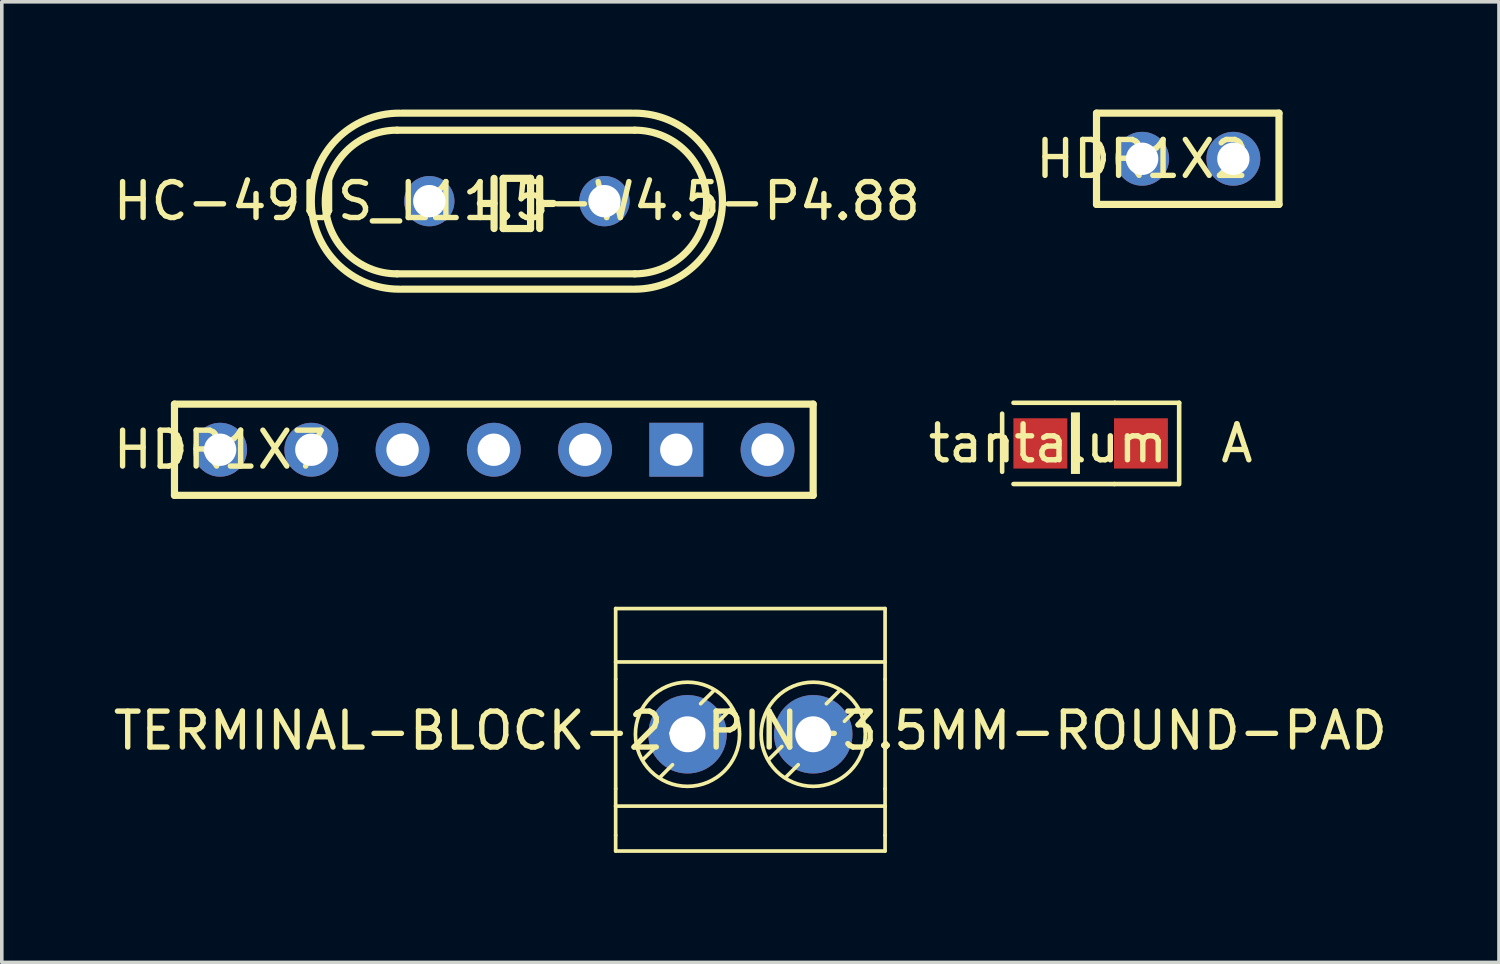
<source format=kicad_pcb>
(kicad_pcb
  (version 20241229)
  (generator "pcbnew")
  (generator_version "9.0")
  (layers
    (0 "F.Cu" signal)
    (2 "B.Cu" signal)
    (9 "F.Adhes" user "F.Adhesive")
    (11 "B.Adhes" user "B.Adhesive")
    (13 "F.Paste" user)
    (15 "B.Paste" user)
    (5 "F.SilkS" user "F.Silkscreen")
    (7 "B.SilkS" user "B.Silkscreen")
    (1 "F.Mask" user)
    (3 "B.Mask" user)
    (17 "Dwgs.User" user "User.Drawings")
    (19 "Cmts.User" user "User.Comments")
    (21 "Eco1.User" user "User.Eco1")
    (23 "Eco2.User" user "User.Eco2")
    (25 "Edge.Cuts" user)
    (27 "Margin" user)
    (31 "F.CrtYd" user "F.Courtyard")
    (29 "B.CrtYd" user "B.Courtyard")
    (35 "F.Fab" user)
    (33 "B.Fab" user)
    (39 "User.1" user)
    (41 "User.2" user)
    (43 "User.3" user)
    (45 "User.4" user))
  (footprint "HC-49US_L11.5-W4.5-P4.88"
    (layer "F.Cu")
    (at 11.339 2.55)
    (property "Reference" "HC-49US_L11.5-W4.5-P4.88" (at 0 0 0) (layer "F.SilkS") (effects (font (size 1 1) (thickness 0.15))))
    (fp_line (start -0.635 -0.635) (end -0.635 0.762) (stroke (width 0.2) (type default)) (layer "F.SilkS"))
    (fp_line (start -0.635 0.064) (end -1.016 0.064) (stroke (width 0.2) (type default)) (layer "F.SilkS"))
    (fp_line (start -0.381 -0.635) (end -0.381 0.762) (stroke (width 0.2) (type default)) (layer "F.SilkS"))
    (fp_line (start 0.381 -0.635) (end -0.381 -0.635) (stroke (width 0.2) (type default)) (layer "F.SilkS"))
    (fp_line (start 0.381 -0.635) (end 0.381 0.762) (stroke (width 0.2) (type default)) (layer "F.SilkS"))
    (fp_line (start 0.381 0.762) (end -0.381 0.762) (stroke (width 0.2) (type default)) (layer "F.SilkS"))
    (fp_line (start 0.635 -0.635) (end 0.635 0.762) (stroke (width 0.2) (type default)) (layer "F.SilkS"))
    (fp_line (start 1.016 0.064) (end 0.635 0.064) (stroke (width 0.2) (type default)) (layer "F.SilkS"))
    (fp_line (start 3.2 -2.45) (end -3.2 -2.45) (stroke (width 0.2) (type default)) (layer "F.SilkS"))
    (fp_line (start 3.2 2.45) (end -3.2 2.45) (stroke (width 0.2) (type default)) (layer "F.SilkS"))
    (fp_line (start 3.281 -1.976) (end -3.334 -1.976) (stroke (width 0.2) (type default)) (layer "F.SilkS"))
    (fp_line (start 3.281 2.023) (end -3.334 2.023) (stroke (width 0.2) (type default)) (layer "F.SilkS"))
    (fp_arc (start -3.334 2.0235) (mid -5.334 0.0235) (end -3.334 -1.9765) (stroke (width 0.2) (type default)) (layer "F.SilkS"))
    (fp_arc (start -3.273 2.45) (mid -5.723 0) (end -3.273 -2.45) (stroke (width 0.2) (type default)) (layer "F.SilkS"))
    (fp_arc (start 3.273 -2.45) (mid 5.723 0) (end 3.273 2.45) (stroke (width 0.2) (type default)) (layer "F.SilkS"))
    (fp_arc (start 3.2815 -1.9765) (mid 5.2815 0.0235) (end 3.2815 2.0235) (stroke (width 0.2) (type default)) (layer "F.SilkS"))
    (fp_poly (pts (xy -6.6 2.35) (xy 6.6 2.35) (xy 6.6 -2.35) (xy -6.6 -2.35)) (stroke (width 0.1) (type default)) (fill no) (layer "Eco2.User"))
    (pad "1" thru_hole circle (at -2.438 0) (size 1.4 1.4) (drill 0.9) (layers "*.Cu" "*.Mask"))
    (pad "2" thru_hole circle (at 2.438 0) (size 1.4 1.4) (drill 0.9) (layers "*.Cu" "*.Mask")))
  (footprint "HDR1X2"
    (layer "F.Cu")
    (at 28.756 1.377)
    (property "Reference" "HDR1X2" (at 0 0 0) (layer "F.SilkS") (effects (font (size 1 1) (thickness 0.15))))
    (fp_line (start -1.281 -1.277) (end -1.281 1.263) (stroke (width 0.2) (type default)) (layer "F.SilkS"))
    (fp_line (start -1.281 -1.277) (end 3.799 -1.277) (stroke (width 0.2) (type default)) (layer "F.SilkS"))
    (fp_line (start -1.281 1.263) (end 3.799 1.263) (stroke (width 0.2) (type default)) (layer "F.SilkS"))
    (fp_line (start 3.799 -1.277) (end 3.799 1.263) (stroke (width 0.2) (type default)) (layer "F.SilkS"))
    (pad "1" thru_hole circle (at -0.011 -0.007) (size 1.5 1.5) (drill 0.9) (layers "*.Cu" "*.Mask"))
    (pad "2" thru_hole circle (at 2.529 -0.007) (size 1.5 1.5) (drill 0.9) (layers "*.Cu" "*.Mask")))
  (footprint "tantalum  A"
    (layer "F.Cu")
    (at 27.312 9.294)
    (property "Reference" "tantalum  A" (at 0 0 0) (layer "F.SilkS") (effects (font (size 1 1) (thickness 0.15))))
    (fp_line (start -2.464 0.79) (end -2.464 -0.828) (stroke (width 0.127) (type default)) (layer "F.SilkS"))
    (fp_line (start 0.66 1.131) (end -2.148 1.131) (stroke (width 0.127) (type default)) (layer "F.SilkS"))
    (fp_line (start 0.673 -1.131) (end -2.148 -1.131) (stroke (width 0.127) (type default)) (layer "F.SilkS"))
    (fp_line (start 2.451 1.131) (end 0.66 1.131) (stroke (width 0.127) (type default)) (layer "F.SilkS"))
    (fp_line (start 2.464 -1.131) (end 0.673 -1.131) (stroke (width 0.127) (type default)) (layer "F.SilkS"))
    (fp_line (start 2.464 1.131) (end 2.464 -1.131) (stroke (width 0.127) (type default)) (layer "F.SilkS"))
    (fp_poly (pts (xy -0.549 -0.864) (xy -0.298 -0.864) (xy -0.298 0.85) (xy -0.549 0.85)) (stroke (width 0) (type default)) (fill yes) (layer "F.SilkS"))
    (fp_poly (pts (xy -1.69 -0.81) (xy -1.69 0.79) (xy 1.77 0.79) (xy 1.77 -0.81)) (stroke (width 0.1) (type default)) (fill no) (layer "Eco2.User"))
    (pad "1" smd rect (at -1.4 0 180) (size 1.5 1.4) (layers "F.Cu" "F.Mask" "F.Paste"))
    (pad "2" smd rect (at 1.4 0 180) (size 1.5 1.4) (layers "F.Cu" "F.Mask" "F.Paste")))
  (footprint "TERMINAL-BLOCK-2-PIN-3.5MM-ROUND-PAD"
    (layer "F.Cu")
    (at 17.839 17.291)
    (property "Reference" "TERMINAL-BLOCK-2-PIN-3.5MM-ROUND-PAD" (at 0 0 0) (layer "F.SilkS") (effects (font (size 1 1) (thickness 0.15))))
    (fp_line (start -3.75 -3.4) (end 3.75 -3.4) (stroke (width 0.102) (type default)) (layer "F.SilkS"))
    (fp_line (start -3.75 -1.913) (end -3.75 -3.4) (stroke (width 0.102) (type default)) (layer "F.SilkS"))
    (fp_line (start -3.75 -1.913) (end 3.75 -1.913) (stroke (width 0.102) (type default)) (layer "F.SilkS"))
    (fp_line (start -3.75 -1.437) (end -3.75 -1.913) (stroke (width 0.102) (type default)) (layer "F.SilkS"))
    (fp_line (start -3.75 1.616) (end -3.75 -1.437) (stroke (width 0.102) (type default)) (layer "F.SilkS"))
    (fp_line (start -3.75 2.099) (end -3.75 1.616) (stroke (width 0.102) (type default)) (layer "F.SilkS"))
    (fp_line (start -3.75 2.099) (end 3.75 2.099) (stroke (width 0.102) (type default)) (layer "F.SilkS"))
    (fp_line (start -3.75 2.911) (end -3.75 2.099) (stroke (width 0.102) (type default)) (layer "F.SilkS"))
    (fp_line (start -3.75 3.35) (end -3.75 2.911) (stroke (width 0.102) (type default)) (layer "F.SilkS"))
    (fp_line (start -3.75 3.35) (end 3.75 3.35) (stroke (width 0.102) (type default)) (layer "F.SilkS"))
    (fp_line (start -2.972 0.787) (end -2.624 0.44) (stroke (width 0.102) (type default)) (layer "F.SilkS"))
    (fp_line (start -2.514 1.296) (end -2.167 0.948) (stroke (width 0.102) (type default)) (layer "F.SilkS"))
    (fp_line (start -1.385 -0.75) (end -1.036 -1.097) (stroke (width 0.102) (type default)) (layer "F.SilkS"))
    (fp_line (start -0.881 -0.262) (end -0.533 -0.61) (stroke (width 0.102) (type default)) (layer "F.SilkS"))
    (fp_line (start 0.528 0.787) (end 0.876 0.44) (stroke (width 0.102) (type default)) (layer "F.SilkS"))
    (fp_line (start 0.986 1.296) (end 1.333 0.948) (stroke (width 0.102) (type default)) (layer "F.SilkS"))
    (fp_line (start 2.116 -0.75) (end 2.463 -1.097) (stroke (width 0.102) (type default)) (layer "F.SilkS"))
    (fp_line (start 2.619 -0.262) (end 2.966 -0.61) (stroke (width 0.102) (type default)) (layer "F.SilkS"))
    (fp_line (start 3.75 -1.913) (end 3.75 -3.4) (stroke (width 0.102) (type default)) (layer "F.SilkS"))
    (fp_line (start 3.75 -1.437) (end 3.75 -1.913) (stroke (width 0.102) (type default)) (layer "F.SilkS"))
    (fp_line (start 3.75 1.616) (end 3.75 -1.437) (stroke (width 0.102) (type default)) (layer "F.SilkS"))
    (fp_line (start 3.75 2.099) (end 3.75 1.616) (stroke (width 0.102) (type default)) (layer "F.SilkS"))
    (fp_line (start 3.75 2.911) (end 3.75 2.099) (stroke (width 0.102) (type default)) (layer "F.SilkS"))
    (fp_line (start 3.75 3.35) (end 3.75 2.911) (stroke (width 0.102) (type default)) (layer "F.SilkS"))
    (fp_circle (center -1.75 0.1) (end -0.3 0.1) (stroke (width 0.102) (type default)) (fill no) (layer "F.SilkS"))
    (fp_circle (center 1.75 0.1) (end 3.2 0.1) (stroke (width 0.102) (type default)) (fill no) (layer "F.SilkS"))
    (fp_poly (pts (xy -3.65 3.4) (xy 3.65 3.4) (xy 3.65 -3.4) (xy -3.65 -3.4)) (stroke (width 0.1) (type default)) (fill no) (layer "User.1"))
    (pad "1" thru_hole circle (at -1.75 0.1 90) (size 2.184 2.184) (drill 1) (layers "*.Cu" "*.Mask"))
    (pad "2" thru_hole circle (at 1.75 0.1 90) (size 2.184 2.184) (drill 1) (layers "*.Cu" "*.Mask")))
  (footprint "HDR1X7"
    (layer "F.Cu")
    (at 3.077 9.47)
    (property "Reference" "HDR1X7" (at 0 0 0) (layer "F.SilkS") (effects (font (size 1 1) (thickness 0.15))))
    (fp_line (start -1.27 -1.27) (end -1.27 1.27) (stroke (width 0.2) (type default)) (layer "F.SilkS"))
    (fp_line (start 16.51 -1.27) (end -1.27 -1.27) (stroke (width 0.2) (type default)) (layer "F.SilkS"))
    (fp_line (start 16.51 -1.27) (end 16.51 1.27) (stroke (width 0.2) (type default)) (layer "F.SilkS"))
    (fp_line (start 16.51 1.27) (end -1.27 1.27) (stroke (width 0.2) (type default)) (layer "F.SilkS"))
    (pad "1" thru_hole circle (at 0 0) (size 1.5 1.5) (drill 0.9) (layers "*.Cu" "*.Mask"))
    (pad "2" thru_hole circle (at 2.54 0) (size 1.5 1.5) (drill 0.9) (layers "*.Cu" "*.Mask"))
    (pad "3" thru_hole circle (at 5.08 0) (size 1.5 1.5) (drill 0.9) (layers "*.Cu" "*.Mask"))
    (pad "4" thru_hole circle (at 7.62 0) (size 1.5 1.5) (drill 0.9) (layers "*.Cu" "*.Mask"))
    (pad "5" thru_hole circle (at 10.16 0) (size 1.5 1.5) (drill 0.9) (layers "*.Cu" "*.Mask"))
    (pad "6" thru_hole rect (at 12.7 0) (size 1.5 1.5) (drill 0.9) (layers "*.Cu" "*.Mask"))
    (pad "7" thru_hole circle (at 15.24 0) (size 1.5 1.5) (drill 0.9) (layers "*.Cu" "*.Mask")))
  (gr_rect
    (start -3 -3)
    (end 38.679 23.741)
    (stroke (width 0.1) (type default))
    (fill no)
    (layer "Edge.Cuts")))
</source>
